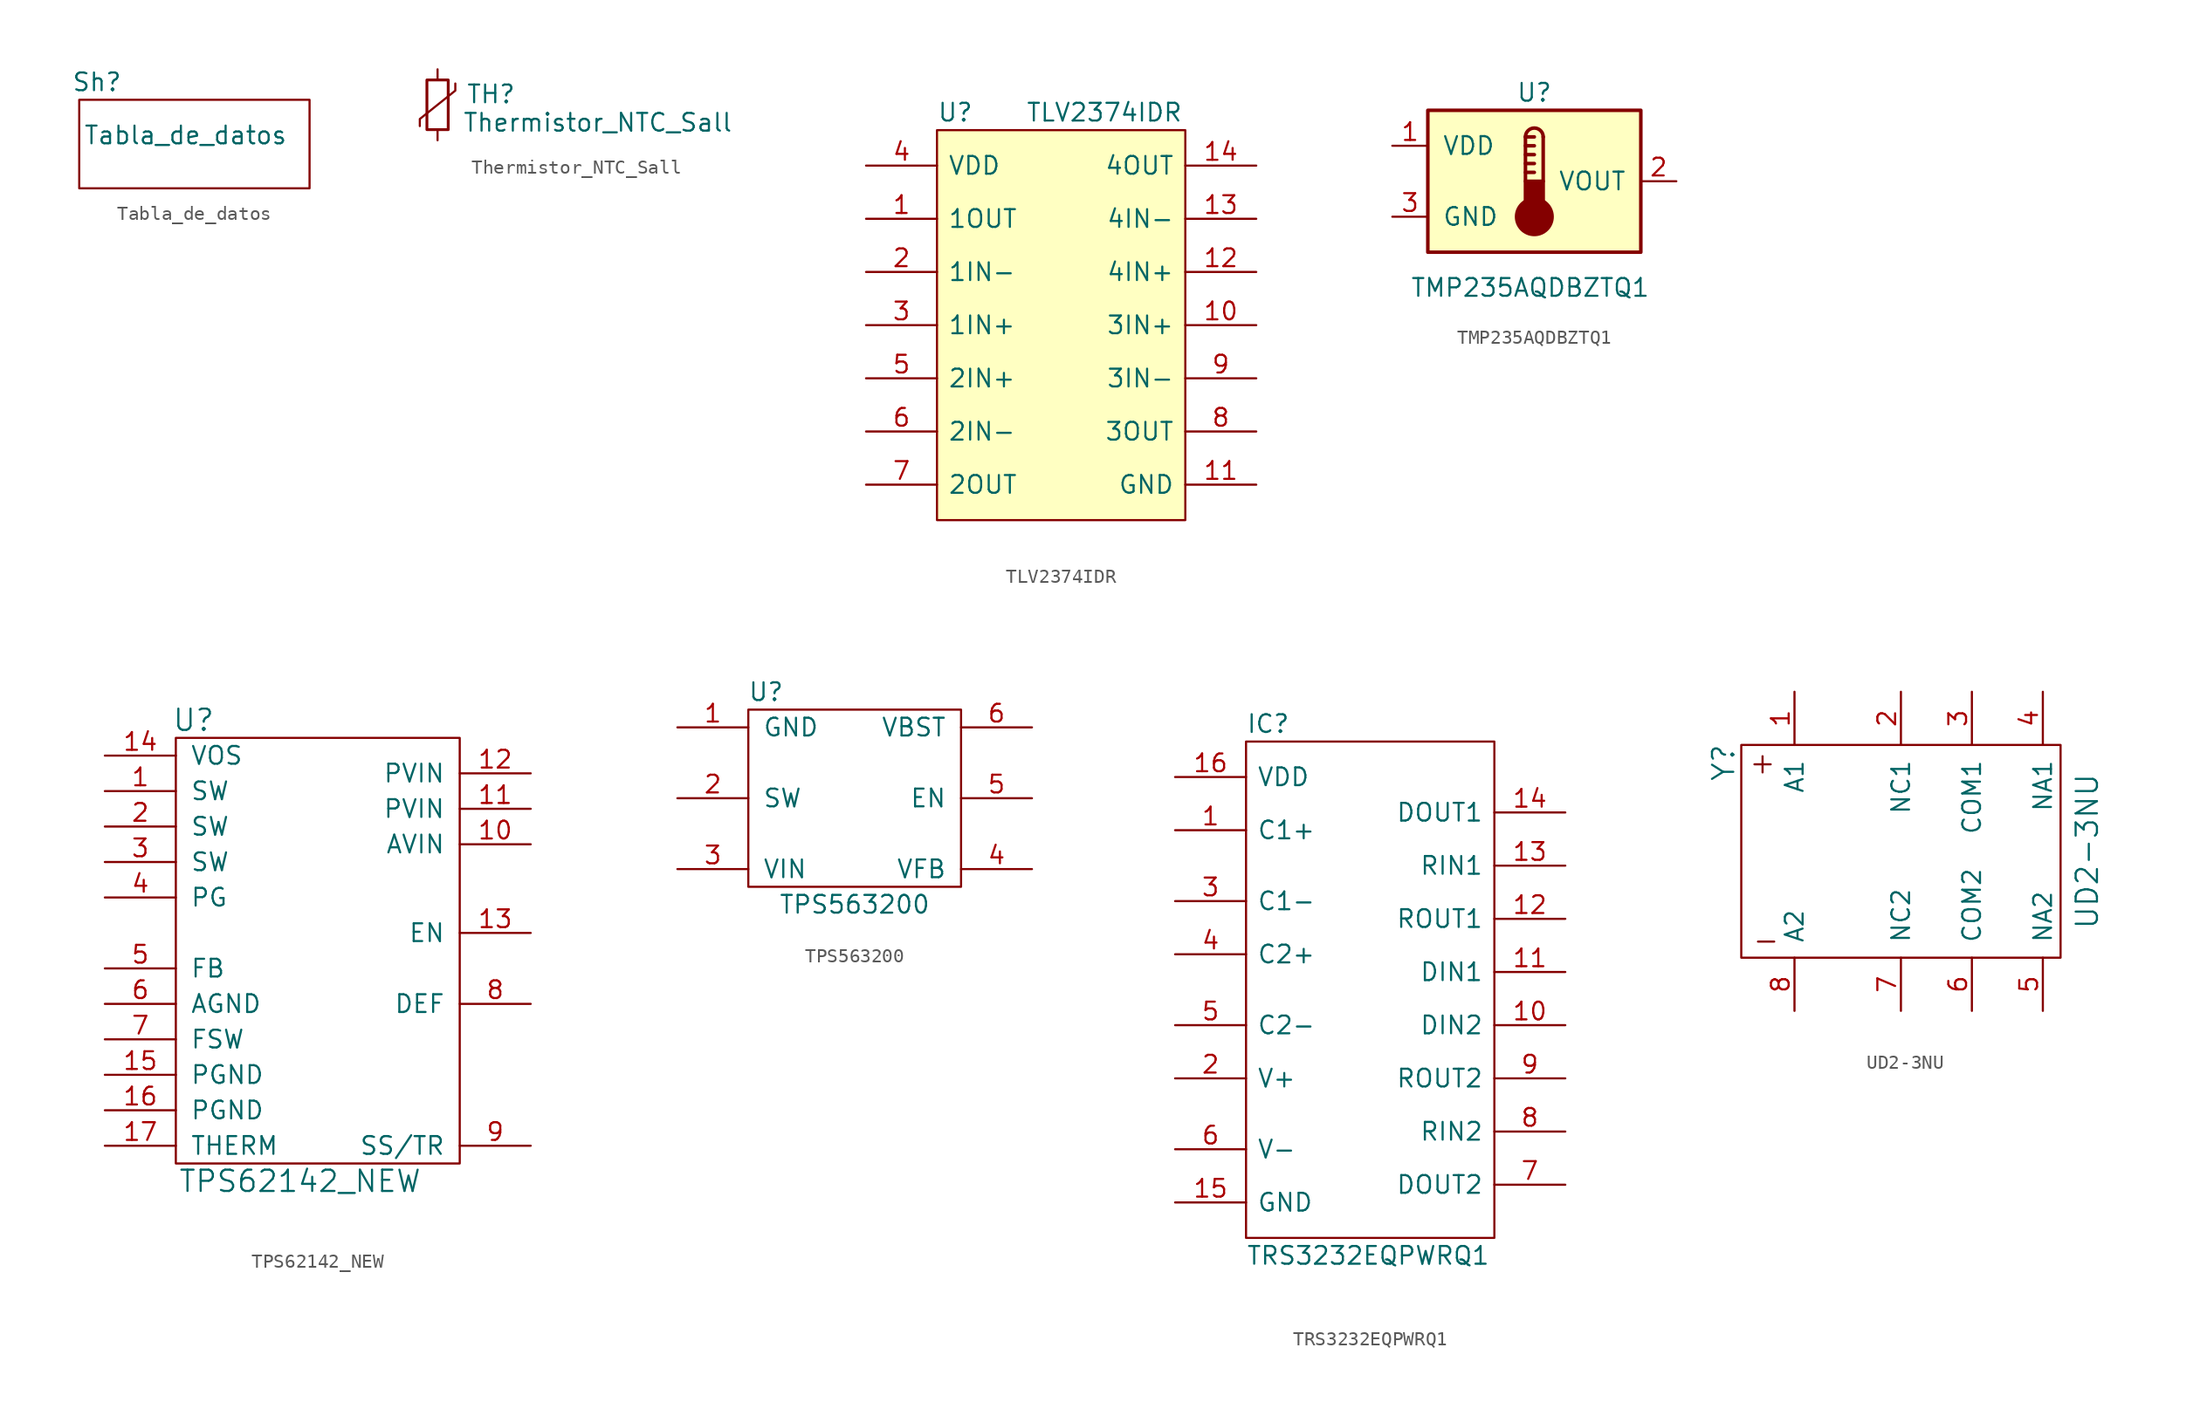
<source format=kicad_sym>
(kicad_symbol_lib
  (version 20211014)
  (generator kicad_symbol_editor)
  (symbol "Tabla_de_datos"
    (pin_names
      (offset 1.016))
    (property "Reference" "Sh"
      (at 1.27 7.62 0)
      (effects (font (size 1.27 1.27))))
    (property "Value" "Tabla_de_datos"
      (at 7.62 3.81 0)
      (effects (font (size 1.27 1.27))))
    (symbol "Tabla_de_datos_0_1"
      (rectangle (start 0 6.35) (end 16.51 0) (stroke (width 0) (type default) (color 0 0 0 0)) (fill (type none)))))
  (symbol "Thermistor_NTC_Sall"
    (pin_numbers hide)
    (pin_names
      (offset 0.254) hide)
    (property "Reference" "TH"
      (at 2.032 0.762 0)
      (effects (font (size 1.27 1.27)) (justify left)))
    (property "Value" "Thermistor_NTC_Sall"
      (at 1.778 -1.27 0)
      (effects (font (size 1.27 1.27)) (justify left)))
    (symbol "Thermistor_NTC_Sall_0_1"
      (rectangle (start -0.762 1.778) (end 0.762 -1.778) (stroke (width 0.203) (type default) (color 0 0 0 0)) (fill (type none)))
      (polyline (pts (xy 1.27 1.524) (xy 1.27 1.016) (xy -1.27 -1.016) (xy -1.27 -1.524)) (stroke (width 0) (type default) (color 0 0 0 0)) (fill (type none))))
    (symbol "Thermistor_NTC_Sall_1_1"
      (pin passive line (at 0 2.54 270) (length 0.762) (name "~" (effects (font (size 1.27 1.27)))) (number "1" (effects (font (size 1.27 1.27)))))
      (pin passive line (at 0 -2.54 90) (length 0.762) (name "~" (effects (font (size 1.27 1.27)))) (number "2" (effects (font (size 1.27 1.27)))))))
  (symbol "TLV2374IDR"
    (pin_names
      (offset 0.762))
    (property "Reference" "U"
      (at 5.08 3.81 0)
      (effects (font (size 1.27 1.27)) (justify left)))
    (property "Value" "TLV2374IDR"
      (at 11.43 3.81 0)
      (effects (font (size 1.27 1.27)) (justify left)))
    (symbol "TLV2374IDR_0_0"
      (pin passive line (at 0 -3.81 0) (length 5.08) (name "1OUT" (effects (font (size 1.27 1.27)))) (number "1" (effects (font (size 1.27 1.27)))))
      (pin passive line (at 27.94 -11.43 180) (length 5.08) (name "3IN+" (effects (font (size 1.27 1.27)))) (number "10" (effects (font (size 1.27 1.27)))))
      (pin passive line (at 27.94 -22.86 180) (length 5.08) (name "GND" (effects (font (size 1.27 1.27)))) (number "11" (effects (font (size 1.27 1.27)))))
      (pin passive line (at 27.94 -7.62 180) (length 5.08) (name "4IN+" (effects (font (size 1.27 1.27)))) (number "12" (effects (font (size 1.27 1.27)))))
      (pin passive line (at 27.94 -3.81 180) (length 5.08) (name "4IN-" (effects (font (size 1.27 1.27)))) (number "13" (effects (font (size 1.27 1.27)))))
      (pin passive line (at 27.94 0 180) (length 5.08) (name "4OUT" (effects (font (size 1.27 1.27)))) (number "14" (effects (font (size 1.27 1.27)))))
      (pin passive line (at 0 -7.62 0) (length 5.08) (name "1IN-" (effects (font (size 1.27 1.27)))) (number "2" (effects (font (size 1.27 1.27)))))
      (pin passive line (at 0 -11.43 0) (length 5.08) (name "1IN+" (effects (font (size 1.27 1.27)))) (number "3" (effects (font (size 1.27 1.27)))))
      (pin passive line (at 0 0 0) (length 5.08) (name "VDD" (effects (font (size 1.27 1.27)))) (number "4" (effects (font (size 1.27 1.27)))))
      (pin passive line (at 0 -15.24 0) (length 5.08) (name "2IN+" (effects (font (size 1.27 1.27)))) (number "5" (effects (font (size 1.27 1.27)))))
      (pin passive line (at 0 -19.05 0) (length 5.08) (name "2IN-" (effects (font (size 1.27 1.27)))) (number "6" (effects (font (size 1.27 1.27)))))
      (pin passive line (at 0 -22.86 0) (length 5.08) (name "2OUT" (effects (font (size 1.27 1.27)))) (number "7" (effects (font (size 1.27 1.27)))))
      (pin passive line (at 27.94 -19.05 180) (length 5.08) (name "3OUT" (effects (font (size 1.27 1.27)))) (number "8" (effects (font (size 1.27 1.27)))))
      (pin passive line (at 27.94 -15.24 180) (length 5.08) (name "3IN-" (effects (font (size 1.27 1.27)))) (number "9" (effects (font (size 1.27 1.27))))))
    (symbol "TLV2374IDR_0_1"
      (polyline (pts (xy 5.08 2.54) (xy 22.86 2.54) (xy 22.86 -25.4) (xy 5.08 -25.4) (xy 5.08 2.54)) (stroke (width 0.152) (type default) (color 0 0 0 0)) (fill (type background)))))
  (symbol "TMP235AQDBZTQ1"
    (pin_names
      (offset 1.016))
    (property "Reference" "U"
      (at 0 6.35 0)
      (effects (font (size 1.27 1.27))))
    (property "Value" "TMP235AQDBZTQ1"
      (at -8.89 -7.62 0)
      (effects (font (size 1.27 1.27)) (justify left)))
    (symbol "TMP235AQDBZTQ1_0_1"
      (rectangle (start -7.62 5.08) (end 7.62 -5.08) (stroke (width 0.254) (type default) (color 0 0 0 0)) (fill (type background)))
      (circle (center 0 -2.54) (radius 1.27) (stroke (width 0.254) (type default) (color 0 0 0 0)) (fill (type outline)))
      (polyline (pts (xy -0.635 0.635) (xy 0 0.635)) (stroke (width 0.254) (type default) (color 0 0 0 0)) (fill (type none)))
      (polyline (pts (xy -0.635 1.27) (xy 0 1.27)) (stroke (width 0.254) (type default) (color 0 0 0 0)) (fill (type none)))
      (polyline (pts (xy -0.635 1.905) (xy 0 1.905)) (stroke (width 0.254) (type default) (color 0 0 0 0)) (fill (type none)))
      (polyline (pts (xy -0.635 2.54) (xy 0 2.54)) (stroke (width 0.254) (type default) (color 0 0 0 0)) (fill (type none)))
      (polyline (pts (xy -0.635 3.175) (xy -0.635 0)) (stroke (width 0.254) (type default) (color 0 0 0 0)) (fill (type none)))
      (polyline (pts (xy -0.635 3.175) (xy 0 3.175)) (stroke (width 0.254) (type default) (color 0 0 0 0)) (fill (type none)))
      (polyline (pts (xy 0.635 3.175) (xy 0.635 0)) (stroke (width 0.254) (type default) (color 0 0 0 0)) (fill (type none)))
      (rectangle (start 0.635 -1.905) (end -0.635 0) (stroke (width 0.254) (type default) (color 0 0 0 0)) (fill (type outline)))
      (arc (start 0.635 3.175) (mid 0 3.81) (end -0.635 3.175) (stroke (width 0.254) (type default) (color 0 0 0 0)) (fill (type none))))
    (symbol "TMP235AQDBZTQ1_1_1"
      (pin power_in line (at -10.16 2.54 0) (length 2.54) (name "VDD" (effects (font (size 1.27 1.27)))) (number "1" (effects (font (size 1.27 1.27)))))
      (pin output line (at 10.16 0 180) (length 2.54) (name "VOUT" (effects (font (size 1.27 1.27)))) (number "2" (effects (font (size 1.27 1.27)))))
      (pin power_in line (at -10.16 -2.54 0) (length 2.54) (name "GND" (effects (font (size 1.27 1.27)))) (number "3" (effects (font (size 1.27 1.27)))))))
  (symbol "TPS62142_NEW"
    (pin_names
      (offset 1.016))
    (property "Reference" "U"
      (at 1.27 31.75 0)
      (effects (font (size 1.524 1.524))))
    (property "Value" "TPS62142_NEW"
      (at 8.89 -1.27 0)
      (effects (font (size 1.524 1.524))))
    (symbol "TPS62142_NEW_0_1"
      (rectangle (start 0 30.48) (end 20.32 0) (stroke (width 0) (type default) (color 0 0 0 0)) (fill (type none))))
    (symbol "TPS62142_NEW_1_1"
      (pin output line (at -5.08 26.67 0) (length 5.08) (name "SW" (effects (font (size 1.27 1.27)))) (number "1" (effects (font (size 1.27 1.27)))))
      (pin output line (at 25.4 22.86 180) (length 5.08) (name "AVIN" (effects (font (size 1.27 1.27)))) (number "10" (effects (font (size 1.27 1.27)))))
      (pin output line (at 25.4 25.4 180) (length 5.08) (name "PVIN" (effects (font (size 1.27 1.27)))) (number "11" (effects (font (size 1.27 1.27)))))
      (pin output line (at 25.4 27.94 180) (length 5.08) (name "PVIN" (effects (font (size 1.27 1.27)))) (number "12" (effects (font (size 1.27 1.27)))))
      (pin output line (at 25.4 16.51 180) (length 5.08) (name "EN" (effects (font (size 1.27 1.27)))) (number "13" (effects (font (size 1.27 1.27)))))
      (pin output line (at -5.08 29.21 0) (length 5.08) (name "VOS" (effects (font (size 1.27 1.27)))) (number "14" (effects (font (size 1.27 1.27)))))
      (pin output line (at -5.08 6.35 0) (length 5.08) (name "PGND" (effects (font (size 1.27 1.27)))) (number "15" (effects (font (size 1.27 1.27)))))
      (pin output line (at -5.08 3.81 0) (length 5.08) (name "PGND" (effects (font (size 1.27 1.27)))) (number "16" (effects (font (size 1.27 1.27)))))
      (pin output line (at -5.08 1.27 0) (length 5.08) (name "THERM" (effects (font (size 1.27 1.27)))) (number "17" (effects (font (size 1.27 1.27)))))
      (pin output line (at -5.08 24.13 0) (length 5.08) (name "SW" (effects (font (size 1.27 1.27)))) (number "2" (effects (font (size 1.27 1.27)))))
      (pin output line (at -5.08 21.59 0) (length 5.08) (name "SW" (effects (font (size 1.27 1.27)))) (number "3" (effects (font (size 1.27 1.27)))))
      (pin output line (at -5.08 19.05 0) (length 5.08) (name "PG" (effects (font (size 1.27 1.27)))) (number "4" (effects (font (size 1.27 1.27)))))
      (pin output line (at -5.08 13.97 0) (length 5.08) (name "FB" (effects (font (size 1.27 1.27)))) (number "5" (effects (font (size 1.27 1.27)))))
      (pin output line (at -5.08 11.43 0) (length 5.08) (name "AGND" (effects (font (size 1.27 1.27)))) (number "6" (effects (font (size 1.27 1.27)))))
      (pin output line (at -5.08 8.89 0) (length 5.08) (name "FSW" (effects (font (size 1.27 1.27)))) (number "7" (effects (font (size 1.27 1.27)))))
      (pin output line (at 25.4 11.43 180) (length 5.08) (name "DEF" (effects (font (size 1.27 1.27)))) (number "8" (effects (font (size 1.27 1.27)))))
      (pin output line (at 25.4 1.27 180) (length 5.08) (name "SS/TR" (effects (font (size 1.27 1.27)))) (number "9" (effects (font (size 1.27 1.27)))))))
  (symbol "TPS563200"
    (pin_names
      (offset 1.016))
    (property "Reference" "U"
      (at 6.35 2.54 0)
      (effects (font (size 1.27 1.27))))
    (property "Value" "TPS563200"
      (at 12.7 -12.7 0)
      (effects (font (size 1.27 1.27))))
    (symbol "TPS563200_0_1"
      (rectangle (start 20.32 1.27) (end 5.08 -11.43) (stroke (width 0) (type default) (color 0 0 0 0)) (fill (type none))))
    (symbol "TPS563200_1_1"
      (pin input line (at 0 0 0) (length 5.08) (name "GND" (effects (font (size 1.27 1.27)))) (number "1" (effects (font (size 1.27 1.27)))))
      (pin input line (at 0 -5.08 0) (length 5.08) (name "SW" (effects (font (size 1.27 1.27)))) (number "2" (effects (font (size 1.27 1.27)))))
      (pin input line (at 0 -10.16 0) (length 5.08) (name "VIN" (effects (font (size 1.27 1.27)))) (number "3" (effects (font (size 1.27 1.27)))))
      (pin input line (at 25.4 -10.16 180) (length 5.08) (name "VFB" (effects (font (size 1.27 1.27)))) (number "4" (effects (font (size 1.27 1.27)))))
      (pin input line (at 25.4 -5.08 180) (length 5.08) (name "EN" (effects (font (size 1.27 1.27)))) (number "5" (effects (font (size 1.27 1.27)))))
      (pin input line (at 25.4 0 180) (length 5.08) (name "VBST" (effects (font (size 1.27 1.27)))) (number "6" (effects (font (size 1.27 1.27)))))))
  (symbol "TRS3232EQPWRQ1"
    (pin_names
      (offset 0.762))
    (property "Reference" "IC"
      (at -2.54 22.86 0)
      (effects (font (size 1.27 1.27)) (justify left)))
    (property "Value" "TRS3232EQPWRQ1"
      (at -2.54 -15.24 0)
      (effects (font (size 1.27 1.27)) (justify left)))
    (symbol "TRS3232EQPWRQ1_0_0"
      (pin bidirectional line (at -7.62 15.24 0) (length 5.08) (name "C1+" (effects (font (size 1.27 1.27)))) (number "1" (effects (font (size 1.27 1.27)))))
      (pin bidirectional line (at 20.32 1.27 180) (length 5.08) (name "DIN2" (effects (font (size 1.27 1.27)))) (number "10" (effects (font (size 1.27 1.27)))))
      (pin bidirectional line (at 20.32 5.08 180) (length 5.08) (name "DIN1" (effects (font (size 1.27 1.27)))) (number "11" (effects (font (size 1.27 1.27)))))
      (pin bidirectional line (at 20.32 8.89 180) (length 5.08) (name "ROUT1" (effects (font (size 1.27 1.27)))) (number "12" (effects (font (size 1.27 1.27)))))
      (pin bidirectional line (at 20.32 12.7 180) (length 5.08) (name "RIN1" (effects (font (size 1.27 1.27)))) (number "13" (effects (font (size 1.27 1.27)))))
      (pin bidirectional line (at 20.32 16.51 180) (length 5.08) (name "DOUT1" (effects (font (size 1.27 1.27)))) (number "14" (effects (font (size 1.27 1.27)))))
      (pin bidirectional line (at -7.62 -11.43 0) (length 5.08) (name "GND" (effects (font (size 1.27 1.27)))) (number "15" (effects (font (size 1.27 1.27)))))
      (pin bidirectional line (at -7.62 19.05 0) (length 5.08) (name "VDD" (effects (font (size 1.27 1.27)))) (number "16" (effects (font (size 1.27 1.27)))))
      (pin bidirectional line (at -7.62 -2.54 0) (length 5.08) (name "V+" (effects (font (size 1.27 1.27)))) (number "2" (effects (font (size 1.27 1.27)))))
      (pin bidirectional line (at -7.62 10.16 0) (length 5.08) (name "C1-" (effects (font (size 1.27 1.27)))) (number "3" (effects (font (size 1.27 1.27)))))
      (pin bidirectional line (at -7.62 6.35 0) (length 5.08) (name "C2+" (effects (font (size 1.27 1.27)))) (number "4" (effects (font (size 1.27 1.27)))))
      (pin bidirectional line (at -7.62 1.27 0) (length 5.08) (name "C2-" (effects (font (size 1.27 1.27)))) (number "5" (effects (font (size 1.27 1.27)))))
      (pin bidirectional line (at -7.62 -7.62 0) (length 5.08) (name "V-" (effects (font (size 1.27 1.27)))) (number "6" (effects (font (size 1.27 1.27)))))
      (pin bidirectional line (at 20.32 -10.16 180) (length 5.08) (name "DOUT2" (effects (font (size 1.27 1.27)))) (number "7" (effects (font (size 1.27 1.27)))))
      (pin bidirectional line (at 20.32 -6.35 180) (length 5.08) (name "RIN2" (effects (font (size 1.27 1.27)))) (number "8" (effects (font (size 1.27 1.27)))))
      (pin bidirectional line (at 20.32 -2.54 180) (length 5.08) (name "ROUT2" (effects (font (size 1.27 1.27)))) (number "9" (effects (font (size 1.27 1.27))))))
    (symbol "TRS3232EQPWRQ1_0_1"
      (rectangle (start -2.54 21.59) (end 15.24 -13.97) (stroke (width 0) (type default) (color 0 0 0 0)) (fill (type none)))))
  (symbol "UD2-3NU"
    (pin_names
      (offset 1.016))
    (property "Reference" "Y"
      (at -12.7 6.35 90)
      (effects (font (size 1.524 1.524))))
    (property "Value" "UD2-3NU"
      (at 13.335 0 90)
      (effects (font (size 1.524 1.524))))
    (symbol "UD2-3NU_0_0"
      (text "+" (at -9.906 6.35 0) (effects (font (size 1.524 1.524))))
      (text "-" (at -9.652 -6.35 0) (effects (font (size 1.524 1.524)))))
    (symbol "UD2-3NU_0_1"
      (rectangle (start -11.43 7.62) (end 11.43 -7.62) (stroke (width 0) (type default) (color 0 0 0 0)) (fill (type none))))
    (symbol "UD2-3NU_1_1"
      (pin input line (at -7.62 11.43 270) (length 3.81) (name "A1" (effects (font (size 1.27 1.27)))) (number "1" (effects (font (size 1.27 1.27)))))
      (pin input line (at 0 11.43 270) (length 3.81) (name "NC1" (effects (font (size 1.27 1.27)))) (number "2" (effects (font (size 1.27 1.27)))))
      (pin input line (at 5.08 11.43 270) (length 3.81) (name "COM1" (effects (font (size 1.27 1.27)))) (number "3" (effects (font (size 1.27 1.27)))))
      (pin input line (at 10.16 11.43 270) (length 3.81) (name "NA1" (effects (font (size 1.27 1.27)))) (number "4" (effects (font (size 1.27 1.27)))))
      (pin input line (at 10.16 -11.43 90) (length 3.81) (name "NA2" (effects (font (size 1.27 1.27)))) (number "5" (effects (font (size 1.27 1.27)))))
      (pin input line (at 5.08 -11.43 90) (length 3.81) (name "COM2" (effects (font (size 1.27 1.27)))) (number "6" (effects (font (size 1.27 1.27)))))
      (pin input line (at 0 -11.43 90) (length 3.81) (name "NC2" (effects (font (size 1.27 1.27)))) (number "7" (effects (font (size 1.27 1.27)))))
      (pin input line (at -7.62 -11.43 90) (length 3.81) (name "A2" (effects (font (size 1.27 1.27)))) (number "8" (effects (font (size 1.27 1.27))))))))
</source>
